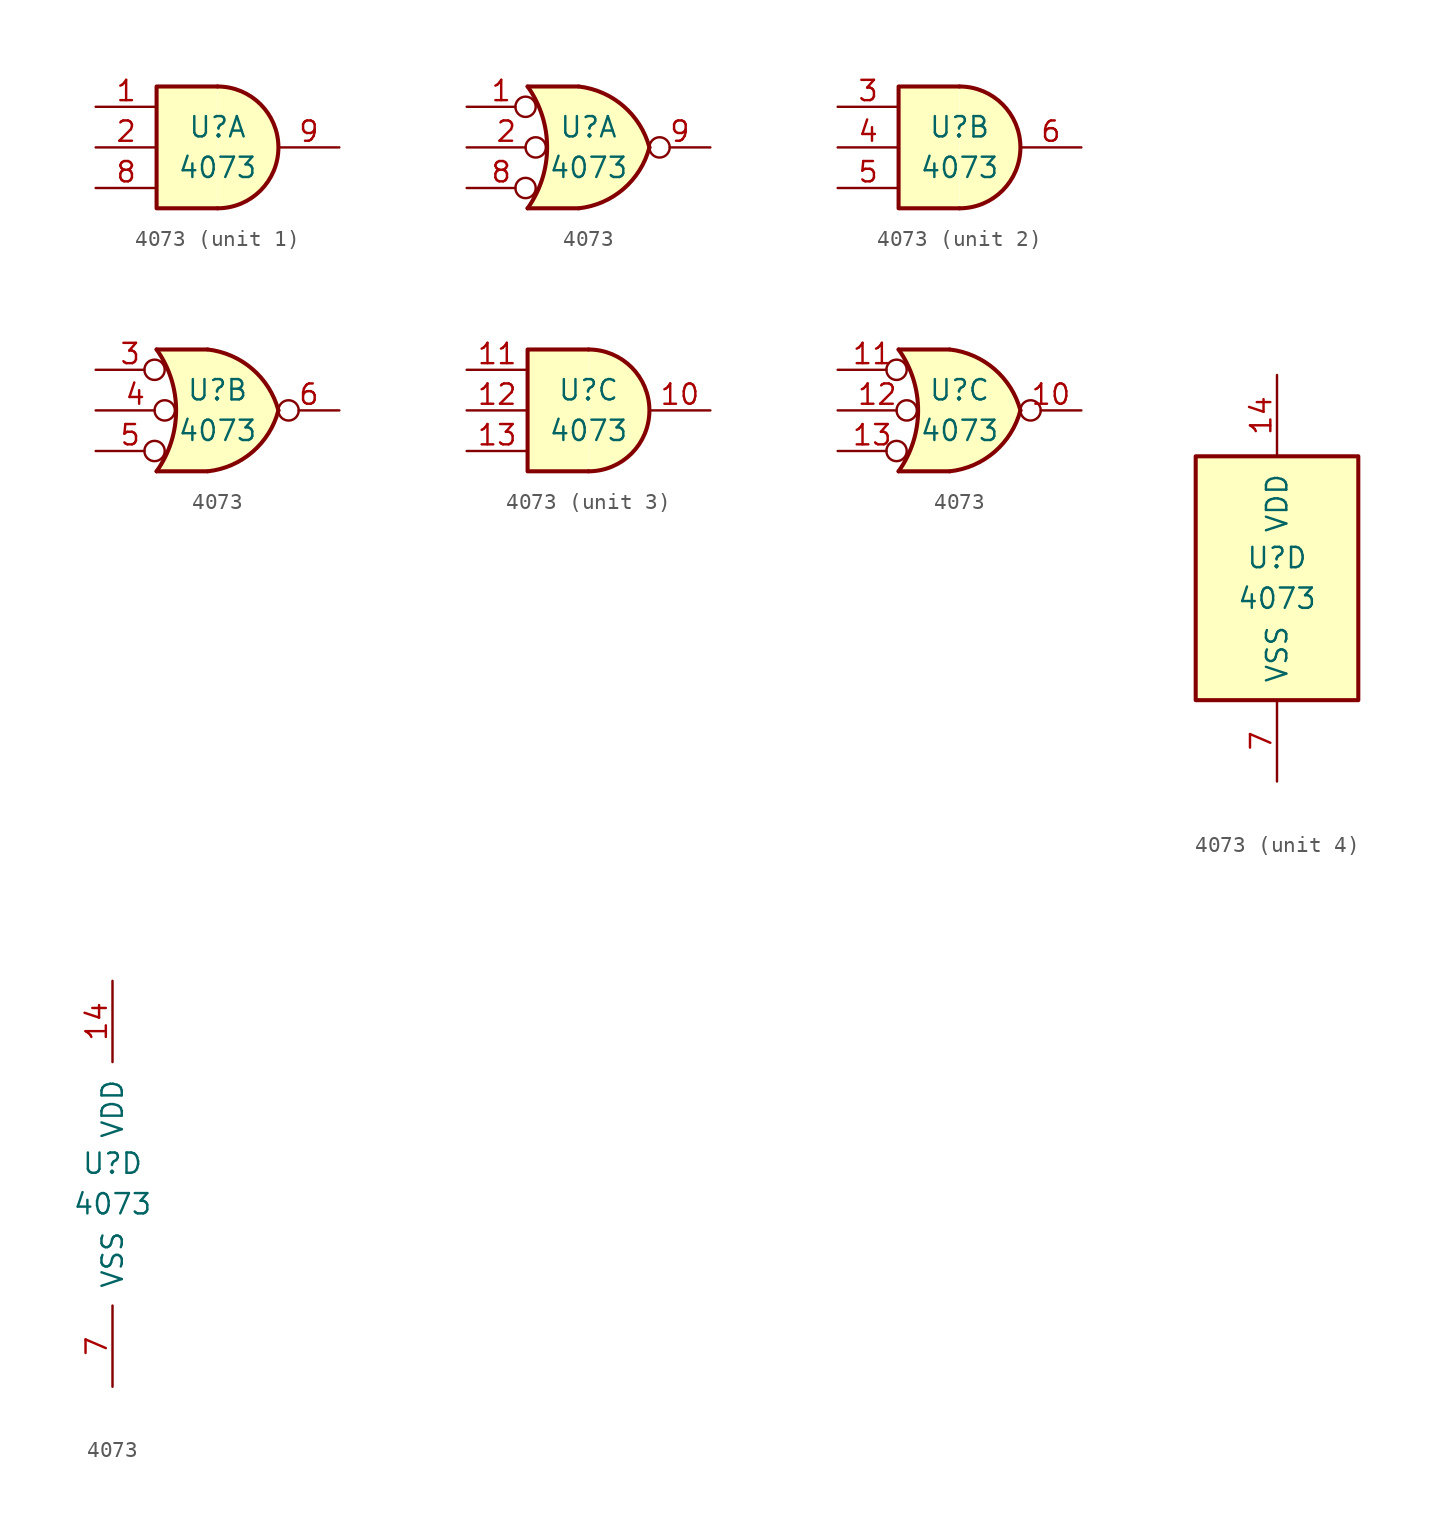
<source format=kicad_sym>
(kicad_symbol_lib
  (version 20201005)
  (generator kicad_symbol_editor)
  (symbol "4xxx:4073"
    (pin_names
      (offset 1.016))
    (property "Reference" "U"
      (at 0 1.27 0)
      (effects (font (size 1.27 1.27))))
    (property "Value" "4073"
      (at 0 -1.27 0)
      (effects (font (size 1.27 1.27))))
    (property "ki_locked" ""
      (at 0 0 0)
      (effects (font (size 1.27 1.27))))
    (symbol "4073_1_1"
      (arc (start 0 -3.81) (end 0 3.81) (radius (at 0 0) (length 3.81) (angles -89.9 89.9)) (stroke (width 0.254)) (fill (type background)))
      (polyline (pts (xy 0 3.81) (xy -3.81 3.81) (xy -3.81 -3.81) (xy 0 -3.81)) (stroke (width 0.254)) (fill (type background)))
      (pin input line (at -7.62 2.54 0) (length 3.81) (name "~" (effects (font (size 1.27 1.27)))) (number "1" (effects (font (size 1.27 1.27)))))
      (pin input line (at -7.62 0 0) (length 3.81) (name "~" (effects (font (size 1.27 1.27)))) (number "2" (effects (font (size 1.27 1.27)))))
      (pin input line (at -7.62 -2.54 0) (length 3.81) (name "~" (effects (font (size 1.27 1.27)))) (number "8" (effects (font (size 1.27 1.27)))))
      (pin output line (at 7.62 0 180) (length 3.81) (name "~" (effects (font (size 1.27 1.27)))) (number "9" (effects (font (size 1.27 1.27))))))
    (symbol "4073_1_2"
      (arc (start -3.81 3.81) (end -3.81 -3.81) (radius (at -9.144 0) (length 6.5532) (angles 35.4 -35.4)) (stroke (width 0.254)) (fill (type none)))
      (arc (start 3.81 0) (end -0.6096 3.81) (radius (at -1.1938 -1.3208) (length 5.1816) (angles 15 83.7)) (stroke (width 0.254)) (fill (type background)))
      (arc (start 3.81 0) (end -0.6096 -3.81) (radius (at -1.1938 1.3208) (length 5.1816) (angles -15 -83.7)) (stroke (width 0.254)) (fill (type background)))
      (polyline (pts (xy -3.81 -3.81) (xy -0.635 -3.81)) (stroke (width 0.254)) (fill (type background)))
      (polyline (pts (xy -3.81 3.81) (xy -0.635 3.81)) (stroke (width 0.254)) (fill (type background)))
      (polyline (pts (xy -0.635 3.81) (xy -3.81 3.81) (xy -3.81 3.81) (xy -3.556 3.404) (xy -3.023 2.261) (xy -2.692 1.041) (xy -2.616 -0.254) (xy -2.769 -1.499) (xy -3.175 -2.718) (xy -3.81 -3.81) (xy -3.81 -3.81) (xy -0.635 -3.81)) (stroke (width -25.4)) (fill (type background)))
      (pin input inverted (at -7.62 2.54 0) (length 4.318) (name "~" (effects (font (size 1.27 1.27)))) (number "1" (effects (font (size 1.27 1.27)))))
      (pin input inverted (at -7.62 0 0) (length 4.953) (name "~" (effects (font (size 1.27 1.27)))) (number "2" (effects (font (size 1.27 1.27)))))
      (pin input inverted (at -7.62 -2.54 0) (length 4.318) (name "~" (effects (font (size 1.27 1.27)))) (number "8" (effects (font (size 1.27 1.27)))))
      (pin output inverted (at 7.62 0 180) (length 3.81) (name "~" (effects (font (size 1.27 1.27)))) (number "9" (effects (font (size 1.27 1.27))))))
    (symbol "4073_2_1"
      (arc (start 0 -3.81) (end 0 3.81) (radius (at 0 0) (length 3.81) (angles -89.9 89.9)) (stroke (width 0.254)) (fill (type background)))
      (polyline (pts (xy 0 3.81) (xy -3.81 3.81) (xy -3.81 -3.81) (xy 0 -3.81)) (stroke (width 0.254)) (fill (type background)))
      (pin input line (at -7.62 2.54 0) (length 3.81) (name "~" (effects (font (size 1.27 1.27)))) (number "3" (effects (font (size 1.27 1.27)))))
      (pin input line (at -7.62 0 0) (length 3.81) (name "~" (effects (font (size 1.27 1.27)))) (number "4" (effects (font (size 1.27 1.27)))))
      (pin input line (at -7.62 -2.54 0) (length 3.81) (name "~" (effects (font (size 1.27 1.27)))) (number "5" (effects (font (size 1.27 1.27)))))
      (pin output line (at 7.62 0 180) (length 3.81) (name "~" (effects (font (size 1.27 1.27)))) (number "6" (effects (font (size 1.27 1.27))))))
    (symbol "4073_2_2"
      (arc (start -3.81 3.81) (end -3.81 -3.81) (radius (at -9.144 0) (length 6.5532) (angles 35.4 -35.4)) (stroke (width 0.254)) (fill (type none)))
      (arc (start 3.81 0) (end -0.6096 3.81) (radius (at -1.1938 -1.3208) (length 5.1816) (angles 15 83.7)) (stroke (width 0.254)) (fill (type background)))
      (arc (start 3.81 0) (end -0.6096 -3.81) (radius (at -1.1938 1.3208) (length 5.1816) (angles -15 -83.7)) (stroke (width 0.254)) (fill (type background)))
      (polyline (pts (xy -3.81 -3.81) (xy -0.635 -3.81)) (stroke (width 0.254)) (fill (type background)))
      (polyline (pts (xy -3.81 3.81) (xy -0.635 3.81)) (stroke (width 0.254)) (fill (type background)))
      (polyline (pts (xy -0.635 3.81) (xy -3.81 3.81) (xy -3.81 3.81) (xy -3.556 3.404) (xy -3.023 2.261) (xy -2.692 1.041) (xy -2.616 -0.254) (xy -2.769 -1.499) (xy -3.175 -2.718) (xy -3.81 -3.81) (xy -3.81 -3.81) (xy -0.635 -3.81)) (stroke (width -25.4)) (fill (type background)))
      (pin input inverted (at -7.62 2.54 0) (length 4.318) (name "~" (effects (font (size 1.27 1.27)))) (number "3" (effects (font (size 1.27 1.27)))))
      (pin input inverted (at -7.62 0 0) (length 4.953) (name "~" (effects (font (size 1.27 1.27)))) (number "4" (effects (font (size 1.27 1.27)))))
      (pin input inverted (at -7.62 -2.54 0) (length 4.318) (name "~" (effects (font (size 1.27 1.27)))) (number "5" (effects (font (size 1.27 1.27)))))
      (pin output inverted (at 7.62 0 180) (length 3.81) (name "~" (effects (font (size 1.27 1.27)))) (number "6" (effects (font (size 1.27 1.27))))))
    (symbol "4073_3_1"
      (arc (start 0 -3.81) (end 0 3.81) (radius (at 0 0) (length 3.81) (angles -89.9 89.9)) (stroke (width 0.254)) (fill (type background)))
      (polyline (pts (xy 0 3.81) (xy -3.81 3.81) (xy -3.81 -3.81) (xy 0 -3.81)) (stroke (width 0.254)) (fill (type background)))
      (pin output line (at 7.62 0 180) (length 3.81) (name "~" (effects (font (size 1.27 1.27)))) (number "10" (effects (font (size 1.27 1.27)))))
      (pin input line (at -7.62 2.54 0) (length 3.81) (name "~" (effects (font (size 1.27 1.27)))) (number "11" (effects (font (size 1.27 1.27)))))
      (pin input line (at -7.62 0 0) (length 3.81) (name "~" (effects (font (size 1.27 1.27)))) (number "12" (effects (font (size 1.27 1.27)))))
      (pin input line (at -7.62 -2.54 0) (length 3.81) (name "~" (effects (font (size 1.27 1.27)))) (number "13" (effects (font (size 1.27 1.27))))))
    (symbol "4073_3_2"
      (arc (start -3.81 3.81) (end -3.81 -3.81) (radius (at -9.144 0) (length 6.5532) (angles 35.4 -35.4)) (stroke (width 0.254)) (fill (type none)))
      (arc (start 3.81 0) (end -0.6096 3.81) (radius (at -1.1938 -1.3208) (length 5.1816) (angles 15 83.7)) (stroke (width 0.254)) (fill (type background)))
      (arc (start 3.81 0) (end -0.6096 -3.81) (radius (at -1.1938 1.3208) (length 5.1816) (angles -15 -83.7)) (stroke (width 0.254)) (fill (type background)))
      (polyline (pts (xy -3.81 -3.81) (xy -0.635 -3.81)) (stroke (width 0.254)) (fill (type background)))
      (polyline (pts (xy -3.81 3.81) (xy -0.635 3.81)) (stroke (width 0.254)) (fill (type background)))
      (polyline (pts (xy -0.635 3.81) (xy -3.81 3.81) (xy -3.81 3.81) (xy -3.556 3.404) (xy -3.023 2.261) (xy -2.692 1.041) (xy -2.616 -0.254) (xy -2.769 -1.499) (xy -3.175 -2.718) (xy -3.81 -3.81) (xy -3.81 -3.81) (xy -0.635 -3.81)) (stroke (width -25.4)) (fill (type background)))
      (pin output inverted (at 7.62 0 180) (length 3.81) (name "~" (effects (font (size 1.27 1.27)))) (number "10" (effects (font (size 1.27 1.27)))))
      (pin input inverted (at -7.62 2.54 0) (length 4.318) (name "~" (effects (font (size 1.27 1.27)))) (number "11" (effects (font (size 1.27 1.27)))))
      (pin input inverted (at -7.62 0 0) (length 4.953) (name "~" (effects (font (size 1.27 1.27)))) (number "12" (effects (font (size 1.27 1.27)))))
      (pin input inverted (at -7.62 -2.54 0) (length 4.318) (name "~" (effects (font (size 1.27 1.27)))) (number "13" (effects (font (size 1.27 1.27))))))
    (symbol "4073_4_0"
      (pin power_in line (at 0 12.7 270) (length 5.08) (name "VDD" (effects (font (size 1.27 1.27)))) (number "14" (effects (font (size 1.27 1.27)))))
      (pin power_in line (at 0 -12.7 90) (length 5.08) (name "VSS" (effects (font (size 1.27 1.27)))) (number "7" (effects (font (size 1.27 1.27))))))
    (symbol "4073_4_1"
      (rectangle (start -5.08 7.62) (end 5.08 -7.62) (stroke (width 0.254)) (fill (type background))))))
</source>
